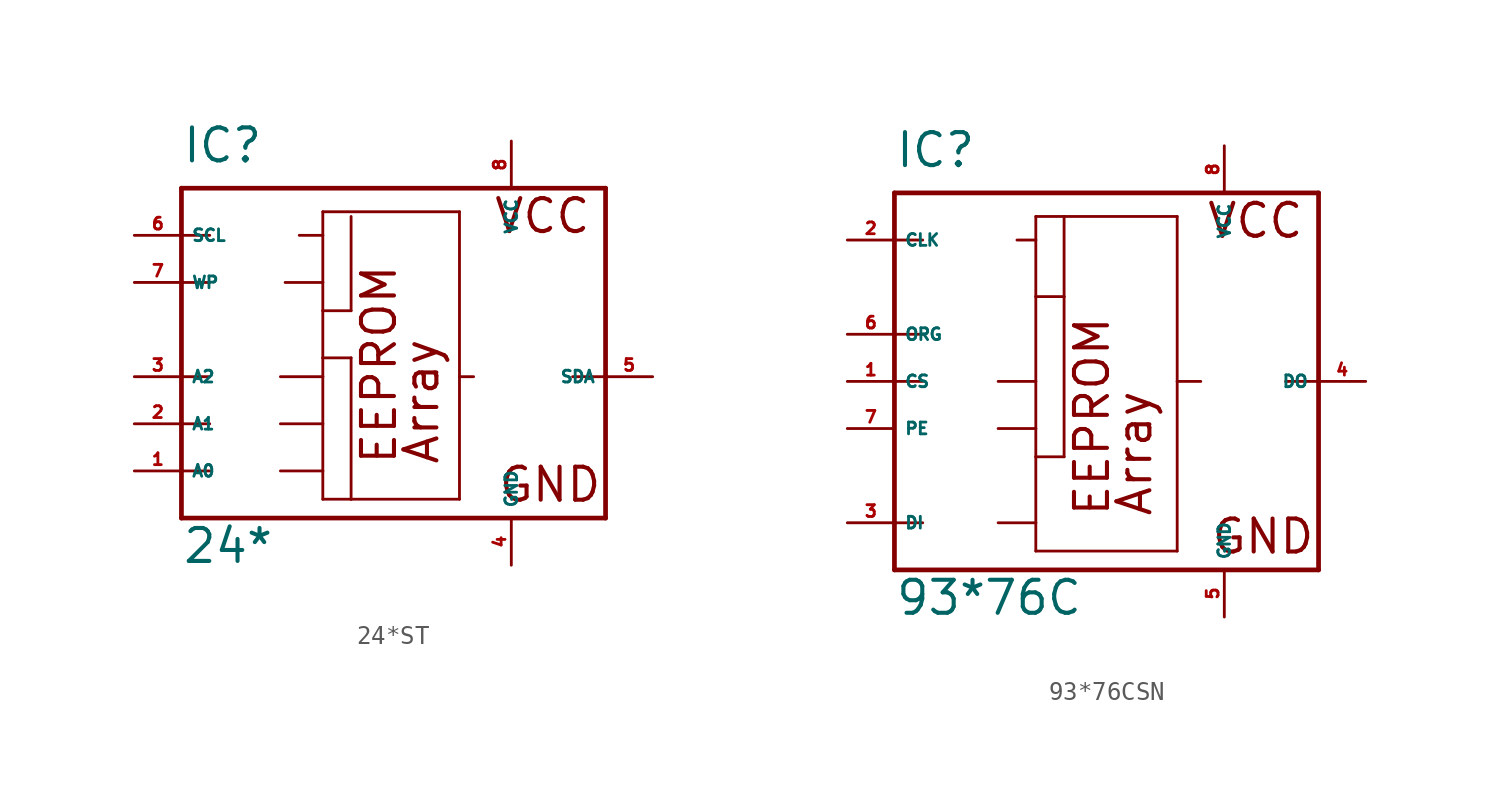
<source format=kicad_sym>
(kicad_symbol_lib
  (version 20220914)
  (generator Eagle2Kicad)
  (symbol "24*ST"
    (property "Reference" "IC"
      (at -10.16 11.43 0)
      (effects (font (size 1.778 1.778) (thickness 0.22)) (justify left bottom)))
    (property "Value" "24*"
      (at -10.16 -10.16 0)
      (effects (font (size 1.778 1.778) (thickness 0.22)) (justify left bottom)))
    (polyline
      (pts (xy -10.16 10.16) (xy 12.7 10.16))
      (stroke (width 0.254) (type default))
      (fill (type none)))
    (polyline
      (pts (xy 12.7 10.16) (xy 12.7 0))
      (stroke (width 0.254) (type default))
      (fill (type none)))
    (polyline
      (pts (xy 12.7 0) (xy 12.7 -7.62))
      (stroke (width 0.254) (type default))
      (fill (type none)))
    (polyline
      (pts (xy 12.7 -7.62) (xy -10.16 -7.62))
      (stroke (width 0.254) (type default))
      (fill (type none)))
    (polyline
      (pts (xy -10.16 -7.62) (xy -10.16 -5.08))
      (stroke (width 0.254) (type default))
      (fill (type none)))
    (polyline
      (pts (xy -10.16 -5.08) (xy -10.16 -2.54))
      (stroke (width 0.254) (type default))
      (fill (type none)))
    (polyline
      (pts (xy -10.16 -2.54) (xy -10.16 0))
      (stroke (width 0.254) (type default))
      (fill (type none)))
    (polyline
      (pts (xy -10.16 0) (xy -10.16 5.08))
      (stroke (width 0.254) (type default))
      (fill (type none)))
    (polyline
      (pts (xy -10.16 5.08) (xy -10.16 7.62))
      (stroke (width 0.254) (type default))
      (fill (type none)))
    (polyline
      (pts (xy -10.16 7.62) (xy -10.16 10.16))
      (stroke (width 0.254) (type default))
      (fill (type none)))
    (polyline
      (pts (xy -2.54 8.89) (xy 4.826 8.89))
      (stroke (width 0.152) (type default))
      (fill (type none)))
    (polyline
      (pts (xy 4.826 8.89) (xy 4.826 0))
      (stroke (width 0.152) (type default))
      (fill (type none)))
    (polyline
      (pts (xy 4.826 0) (xy 4.826 -6.604))
      (stroke (width 0.152) (type default))
      (fill (type none)))
    (polyline
      (pts (xy 4.826 -6.604) (xy -1.016 -6.604))
      (stroke (width 0.152) (type default))
      (fill (type none)))
    (polyline
      (pts (xy -1.016 -6.604) (xy -2.54 -6.604))
      (stroke (width 0.152) (type default))
      (fill (type none)))
    (polyline
      (pts (xy -2.54 -6.604) (xy -2.54 -5.08))
      (stroke (width 0.152) (type default))
      (fill (type none)))
    (polyline
      (pts (xy -2.54 -5.08) (xy -2.54 -2.54))
      (stroke (width 0.152) (type default))
      (fill (type none)))
    (polyline
      (pts (xy -2.54 -2.54) (xy -2.54 0))
      (stroke (width 0.152) (type default))
      (fill (type none)))
    (polyline
      (pts (xy -2.54 0) (xy -2.54 1.016))
      (stroke (width 0.152) (type default))
      (fill (type none)))
    (polyline
      (pts (xy -2.54 1.016) (xy -2.54 3.556))
      (stroke (width 0.152) (type default))
      (fill (type none)))
    (polyline
      (pts (xy -2.54 3.556) (xy -2.54 5.08))
      (stroke (width 0.152) (type default))
      (fill (type none)))
    (polyline
      (pts (xy -2.54 5.08) (xy -2.54 7.62))
      (stroke (width 0.152) (type default))
      (fill (type none)))
    (polyline
      (pts (xy -2.54 7.62) (xy -2.54 8.89))
      (stroke (width 0.152) (type default))
      (fill (type none)))
    (polyline
      (pts (xy -4.826 0) (xy -2.54 0))
      (stroke (width 0.152) (type default))
      (fill (type none)))
    (polyline
      (pts (xy -4.826 -2.54) (xy -2.54 -2.54))
      (stroke (width 0.152) (type default))
      (fill (type none)))
    (polyline
      (pts (xy -4.826 -5.08) (xy -2.54 -5.08))
      (stroke (width 0.152) (type default))
      (fill (type none)))
    (polyline
      (pts (xy -10.16 0) (xy -8.636 0))
      (stroke (width 0.152) (type default))
      (fill (type none)))
    (polyline
      (pts (xy -10.16 -2.54) (xy -8.636 -2.54))
      (stroke (width 0.152) (type default))
      (fill (type none)))
    (polyline
      (pts (xy -10.16 -5.08) (xy -8.636 -5.08))
      (stroke (width 0.152) (type default))
      (fill (type none)))
    (polyline
      (pts (xy -10.16 7.62) (xy -8.636 7.62))
      (stroke (width 0.152) (type default))
      (fill (type none)))
    (polyline
      (pts (xy 12.7 0) (xy 10.922 0))
      (stroke (width 0.152) (type default))
      (fill (type none)))
    (polyline
      (pts (xy 5.588 0) (xy 4.826 0))
      (stroke (width 0.152) (type default))
      (fill (type none)))
    (polyline
      (pts (xy -1.016 8.636) (xy -1.016 3.556))
      (stroke (width 0.152) (type default))
      (fill (type none)))
    (polyline
      (pts (xy -1.016 1.016) (xy -1.016 -6.604))
      (stroke (width 0.152) (type default))
      (fill (type none)))
    (polyline
      (pts (xy -10.16 5.08) (xy -8.636 5.08))
      (stroke (width 0.152) (type default))
      (fill (type none)))
    (polyline
      (pts (xy -4.572 5.08) (xy -2.54 5.08))
      (stroke (width 0.152) (type default))
      (fill (type none)))
    (polyline
      (pts (xy -2.54 3.556) (xy -1.016 3.556))
      (stroke (width 0.152) (type default))
      (fill (type none)))
    (polyline
      (pts (xy -3.81 7.62) (xy -2.54 7.62))
      (stroke (width 0.152) (type default))
      (fill (type none)))
    (polyline
      (pts (xy -2.54 1.016) (xy -1.016 1.016))
      (stroke (width 0.152) (type default))
      (fill (type none)))
    (text "Array"
      (at 3.81 -4.826 900)
      (effects (font (size 1.778 1.778) (thickness 0.22)) (justify left bottom)))
    (text "VCC"
      (at 6.604 7.62 0)
      (effects (font (size 1.778 1.778) (thickness 0.22)) (justify left bottom)))
    (text "GND"
      (at 6.858 -6.858 0)
      (effects (font (size 1.778 1.778) (thickness 0.22)) (justify left bottom)))
    (text "EEPROM"
      (at 1.524 -4.826 900)
      (effects (font (size 1.778 1.778) (thickness 0.22)) (justify left bottom)))
    (pin unspecified line
      (at 7.62 12.7 270)
      (length 2.54)
      (name "VCC" (effects (font (size 0.635 0.635) (thickness 0.08)) (justify left bottom)))
      (number "8" (effects (font (size 0.635 0.635) (thickness 0.08)) (justify left bottom))))
    (pin unspecified line
      (at 7.62 -10.16 90)
      (length 2.54)
      (name "GND" (effects (font (size 0.635 0.635) (thickness 0.08)) (justify left bottom)))
      (number "4" (effects (font (size 0.635 0.635) (thickness 0.08)) (justify left bottom))))
    (pin input line
      (at -12.7 7.62 0)
      (length 2.54)
      (name "SCL" (effects (font (size 0.635 0.635) (thickness 0.08)) (justify left bottom)))
      (number "6" (effects (font (size 0.635 0.635) (thickness 0.08)) (justify left bottom))))
    (pin bidirectional line
      (at 15.24 0 180)
      (length 2.54)
      (name "SDA" (effects (font (size 0.635 0.635) (thickness 0.08)) (justify left bottom)))
      (number "5" (effects (font (size 0.635 0.635) (thickness 0.08)) (justify left bottom))))
    (pin input line
      (at -12.7 -5.08 0)
      (length 2.54)
      (name "A0" (effects (font (size 0.635 0.635) (thickness 0.08)) (justify left bottom)))
      (number "1" (effects (font (size 0.635 0.635) (thickness 0.08)) (justify left bottom))))
    (pin input line
      (at -12.7 -2.54 0)
      (length 2.54)
      (name "A1" (effects (font (size 0.635 0.635) (thickness 0.08)) (justify left bottom)))
      (number "2" (effects (font (size 0.635 0.635) (thickness 0.08)) (justify left bottom))))
    (pin input line
      (at -12.7 0 0)
      (length 2.54)
      (name "A2" (effects (font (size 0.635 0.635) (thickness 0.08)) (justify left bottom)))
      (number "3" (effects (font (size 0.635 0.635) (thickness 0.08)) (justify left bottom))))
    (pin input line
      (at -12.7 5.08 0)
      (length 2.54)
      (name "WP" (effects (font (size 0.635 0.635) (thickness 0.08)) (justify left bottom)))
      (number "7" (effects (font (size 0.635 0.635) (thickness 0.08)) (justify left bottom)))))
  (symbol "93*76CSN"
    (property "Reference" "IC"
      (at -10.16 11.43 0)
      (effects (font (size 1.778 1.778) (thickness 0.22)) (justify left bottom)))
    (property "Value" "93*76C"
      (at -10.16 -12.7 0)
      (effects (font (size 1.778 1.778) (thickness 0.22)) (justify left bottom)))
    (polyline
      (pts (xy -10.16 10.16) (xy 12.7 10.16))
      (stroke (width 0.254) (type default))
      (fill (type none)))
    (polyline
      (pts (xy 12.7 10.16) (xy 12.7 0))
      (stroke (width 0.254) (type default))
      (fill (type none)))
    (polyline
      (pts (xy 12.7 0) (xy 12.7 -10.16))
      (stroke (width 0.254) (type default))
      (fill (type none)))
    (polyline
      (pts (xy 12.7 -10.16) (xy -10.16 -10.16))
      (stroke (width 0.254) (type default))
      (fill (type none)))
    (polyline
      (pts (xy -10.16 -10.16) (xy -10.16 -7.62))
      (stroke (width 0.254) (type default))
      (fill (type none)))
    (polyline
      (pts (xy -10.16 -7.62) (xy -10.16 0))
      (stroke (width 0.254) (type default))
      (fill (type none)))
    (polyline
      (pts (xy -10.16 0) (xy -10.16 2.54))
      (stroke (width 0.254) (type default))
      (fill (type none)))
    (polyline
      (pts (xy -10.16 2.54) (xy -10.16 7.62))
      (stroke (width 0.254) (type default))
      (fill (type none)))
    (polyline
      (pts (xy -10.16 7.62) (xy -10.16 10.16))
      (stroke (width 0.254) (type default))
      (fill (type none)))
    (polyline
      (pts (xy -2.54 8.89) (xy -1.016 8.89))
      (stroke (width 0.152) (type default))
      (fill (type none)))
    (polyline
      (pts (xy -1.016 8.89) (xy 5.08 8.89))
      (stroke (width 0.152) (type default))
      (fill (type none)))
    (polyline
      (pts (xy 5.08 8.89) (xy 5.08 0))
      (stroke (width 0.152) (type default))
      (fill (type none)))
    (polyline
      (pts (xy 5.08 0) (xy 5.08 -9.144))
      (stroke (width 0.152) (type default))
      (fill (type none)))
    (polyline
      (pts (xy 5.08 -9.144) (xy -2.54 -9.144))
      (stroke (width 0.152) (type default))
      (fill (type none)))
    (polyline
      (pts (xy -2.54 -9.144) (xy -2.54 -7.62))
      (stroke (width 0.152) (type default))
      (fill (type none)))
    (polyline
      (pts (xy -2.54 -7.62) (xy -2.54 -4.064))
      (stroke (width 0.152) (type default))
      (fill (type none)))
    (polyline
      (pts (xy -2.54 -4.064) (xy -2.54 -2.54))
      (stroke (width 0.152) (type default))
      (fill (type none)))
    (polyline
      (pts (xy -2.54 -2.54) (xy -2.54 0))
      (stroke (width 0.152) (type default))
      (fill (type none)))
    (polyline
      (pts (xy -2.54 0) (xy -2.54 4.572))
      (stroke (width 0.152) (type default))
      (fill (type none)))
    (polyline
      (pts (xy -2.54 4.572) (xy -2.54 7.62))
      (stroke (width 0.152) (type default))
      (fill (type none)))
    (polyline
      (pts (xy -2.54 7.62) (xy -2.54 8.89))
      (stroke (width 0.152) (type default))
      (fill (type none)))
    (polyline
      (pts (xy -10.16 0) (xy -8.636 0))
      (stroke (width 0.152) (type default))
      (fill (type none)))
    (polyline
      (pts (xy -10.16 -7.62) (xy -8.636 -7.62))
      (stroke (width 0.152) (type default))
      (fill (type none)))
    (polyline
      (pts (xy -10.16 7.62) (xy -8.636 7.62))
      (stroke (width 0.152) (type default))
      (fill (type none)))
    (polyline
      (pts (xy -3.556 7.62) (xy -2.54 7.62))
      (stroke (width 0.152) (type default))
      (fill (type none)))
    (polyline
      (pts (xy 12.7 0) (xy 10.922 0))
      (stroke (width 0.152) (type default))
      (fill (type none)))
    (polyline
      (pts (xy 6.35 0) (xy 5.08 0))
      (stroke (width 0.152) (type default))
      (fill (type none)))
    (polyline
      (pts (xy -1.016 4.572) (xy -1.016 -4.064))
      (stroke (width 0.152) (type default))
      (fill (type none)))
    (polyline
      (pts (xy -10.16 2.54) (xy -8.636 2.54))
      (stroke (width 0.152) (type default))
      (fill (type none)))
    (polyline
      (pts (xy -4.572 0) (xy -2.54 0))
      (stroke (width 0.152) (type default))
      (fill (type none)))
    (polyline
      (pts (xy -2.54 4.572) (xy -1.016 4.572))
      (stroke (width 0.152) (type default))
      (fill (type none)))
    (polyline
      (pts (xy -4.572 -2.54) (xy -2.54 -2.54))
      (stroke (width 0.152) (type default))
      (fill (type none)))
    (polyline
      (pts (xy -2.54 -4.064) (xy -1.016 -4.064))
      (stroke (width 0.152) (type default))
      (fill (type none)))
    (polyline
      (pts (xy -1.016 8.89) (xy -1.016 4.572))
      (stroke (width 0.152) (type default))
      (fill (type none)))
    (polyline
      (pts (xy -4.572 -7.62) (xy -2.54 -7.62))
      (stroke (width 0.152) (type default))
      (fill (type none)))
    (text "Array"
      (at 3.81 -7.366 900)
      (effects (font (size 1.778 1.778) (thickness 0.22)) (justify left bottom)))
    (text "VCC"
      (at 6.604 7.62 0)
      (effects (font (size 1.778 1.778) (thickness 0.22)) (justify left bottom)))
    (text "GND"
      (at 6.858 -9.398 0)
      (effects (font (size 1.778 1.778) (thickness 0.22)) (justify left bottom)))
    (text "EEPROM"
      (at 1.524 -7.366 900)
      (effects (font (size 1.778 1.778) (thickness 0.22)) (justify left bottom)))
    (pin unspecified line
      (at 7.62 12.7 270)
      (length 2.54)
      (name "VCC" (effects (font (size 0.635 0.635) (thickness 0.08)) (justify left bottom)))
      (number "8" (effects (font (size 0.635 0.635) (thickness 0.08)) (justify left bottom))))
    (pin unspecified line
      (at 7.62 -12.7 90)
      (length 2.54)
      (name "GND" (effects (font (size 0.635 0.635) (thickness 0.08)) (justify left bottom)))
      (number "5" (effects (font (size 0.635 0.635) (thickness 0.08)) (justify left bottom))))
    (pin input line
      (at -12.7 7.62 0)
      (length 2.54)
      (name "CLK" (effects (font (size 0.635 0.635) (thickness 0.08)) (justify left bottom)))
      (number "2" (effects (font (size 0.635 0.635) (thickness 0.08)) (justify left bottom))))
    (pin tri_state line
      (at 15.24 0 180)
      (length 2.54)
      (name "DO" (effects (font (size 0.635 0.635) (thickness 0.08)) (justify left bottom)))
      (number "4" (effects (font (size 0.635 0.635) (thickness 0.08)) (justify left bottom))))
    (pin input line
      (at -12.7 2.54 0)
      (length 2.54)
      (name "ORG" (effects (font (size 0.635 0.635) (thickness 0.08)) (justify left bottom)))
      (number "6" (effects (font (size 0.635 0.635) (thickness 0.08)) (justify left bottom))))
    (pin input line
      (at -12.7 -2.54 0)
      (length 2.54)
      (name "PE" (effects (font (size 0.635 0.635) (thickness 0.08)) (justify left bottom)))
      (number "7" (effects (font (size 0.635 0.635) (thickness 0.08)) (justify left bottom))))
    (pin input line
      (at -12.7 -7.62 0)
      (length 2.54)
      (name "DI" (effects (font (size 0.635 0.635) (thickness 0.08)) (justify left bottom)))
      (number "3" (effects (font (size 0.635 0.635) (thickness 0.08)) (justify left bottom))))
    (pin input line
      (at -12.7 0 0)
      (length 2.54)
      (name "CS" (effects (font (size 0.635 0.635) (thickness 0.08)) (justify left bottom)))
      (number "1" (effects (font (size 0.635 0.635) (thickness 0.08)) (justify left bottom))))))
</source>
